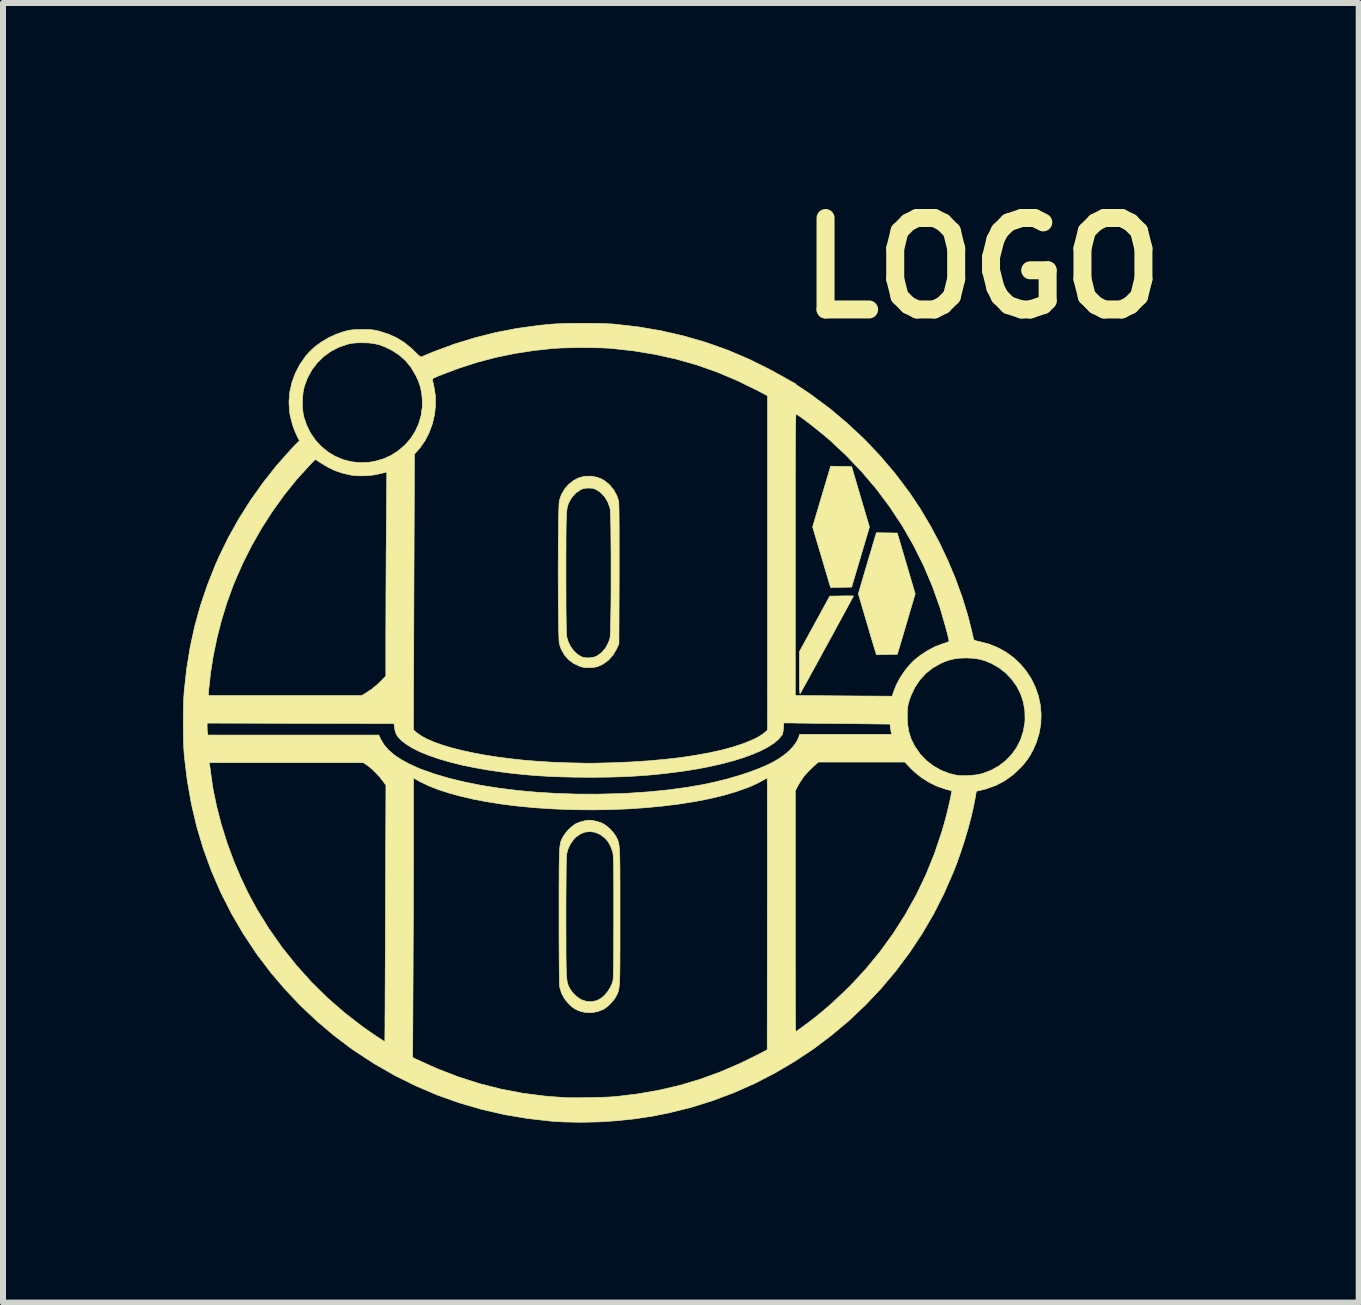
<source format=kicad_pcb>
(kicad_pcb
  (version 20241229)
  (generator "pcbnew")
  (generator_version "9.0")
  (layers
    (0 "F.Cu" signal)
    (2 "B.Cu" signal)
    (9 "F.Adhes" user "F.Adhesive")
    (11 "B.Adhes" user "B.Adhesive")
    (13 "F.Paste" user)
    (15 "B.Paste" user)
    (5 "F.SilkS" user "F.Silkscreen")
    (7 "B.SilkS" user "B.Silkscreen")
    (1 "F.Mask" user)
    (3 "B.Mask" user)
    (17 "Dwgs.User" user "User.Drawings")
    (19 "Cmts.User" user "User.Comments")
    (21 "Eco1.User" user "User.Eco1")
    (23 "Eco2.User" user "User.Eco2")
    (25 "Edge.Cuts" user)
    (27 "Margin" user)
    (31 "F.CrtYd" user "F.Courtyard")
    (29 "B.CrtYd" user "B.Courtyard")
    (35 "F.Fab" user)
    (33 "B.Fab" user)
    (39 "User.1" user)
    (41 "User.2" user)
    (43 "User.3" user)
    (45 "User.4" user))
  (footprint "LOGO"
    (layer "F.Cu")
    (at 6.971 9.038)
    (property "Reference" "LOGO" (at 6.35 -7.62 0) (layer "F.SilkS") (effects (font (size 1.524 1.524) (thickness 0.3))))
    (attr through_hole)
    (fp_poly (pts (xy 3.997 -4.315) (xy 4.172 -4.312) (xy 4.32 -3.809) (xy 4.469 -3.305) (xy 4.321 -2.804) (xy 4.172 -2.303) (xy 3.997 -2.3) (xy 3.822 -2.297) (xy 3.793 -2.392) (xy 3.783 -2.426) (xy 3.768 -2.478) (xy 3.747 -2.546) (xy 3.723 -2.627) (xy 3.697 -2.716) (xy 3.669 -2.811) (xy 3.643 -2.897) (xy 3.522 -3.306) (xy 3.643 -3.717) (xy 3.672 -3.815) (xy 3.701 -3.91) (xy 3.727 -3.998) (xy 3.751 -4.077) (xy 3.77 -4.144) (xy 3.786 -4.194) (xy 3.794 -4.223) (xy 3.823 -4.319) (xy 3.997 -4.315)) (stroke (width 0.01) (type solid)) (fill yes) (layer "F.SilkS"))
    (fp_poly (pts (xy 4.759 -3.207) (xy 4.933 -3.204) (xy 5.082 -2.698) (xy 5.231 -2.191) (xy 5.083 -1.687) (xy 4.934 -1.183) (xy 4.76 -1.18) (xy 4.586 -1.177) (xy 4.568 -1.232) (xy 4.561 -1.255) (xy 4.548 -1.298) (xy 4.53 -1.357) (xy 4.508 -1.43) (xy 4.483 -1.515) (xy 4.456 -1.608) (xy 4.427 -1.707) (xy 4.417 -1.74) (xy 4.284 -2.192) (xy 4.422 -2.663) (xy 4.452 -2.765) (xy 4.481 -2.861) (xy 4.507 -2.948) (xy 4.529 -3.025) (xy 4.548 -3.088) (xy 4.562 -3.136) (xy 4.571 -3.165) (xy 4.573 -3.172) (xy 4.586 -3.21) (xy 4.759 -3.207)) (stroke (width 0.01) (type solid)) (fill yes) (layer "F.SilkS"))
    (fp_poly (pts (xy 4.169 -2.157) (xy 4.195 -2.156) (xy 4.203 -2.155) (xy 4.197 -2.144) (xy 4.182 -2.115) (xy 4.157 -2.069) (xy 4.124 -2.008) (xy 4.085 -1.935) (xy 4.039 -1.851) (xy 3.988 -1.757) (xy 3.933 -1.657) (xy 3.876 -1.551) (xy 3.816 -1.441) (xy 3.755 -1.33) (xy 3.694 -1.219) (xy 3.635 -1.11) (xy 3.577 -1.004) (xy 3.522 -0.905) (xy 3.472 -0.813) (xy 3.427 -0.731) (xy 3.387 -0.66) (xy 3.355 -0.602) (xy 3.331 -0.559) (xy 3.317 -0.533) (xy 3.312 -0.526) (xy 3.31 -0.534) (xy 3.307 -0.563) (xy 3.305 -0.611) (xy 3.304 -0.676) (xy 3.303 -0.755) (xy 3.302 -0.847) (xy 3.302 -0.872) (xy 3.303 -1.23) (xy 3.808 -2.153) (xy 4.005 -2.156) (xy 4.07 -2.157) (xy 4.126 -2.157) (xy 4.169 -2.157)) (stroke (width 0.01) (type solid)) (fill yes) (layer "F.SilkS"))
    (fp_poly (pts (xy -0.088 -4.138) (xy -0.012 -4.113) (xy 0.055 -4.076) (xy 0.121 -4.023) (xy 0.146 -3.998) (xy 0.21 -3.919) (xy 0.259 -3.828) (xy 0.289 -3.735) (xy 0.291 -3.713) (xy 0.293 -3.668) (xy 0.295 -3.602) (xy 0.296 -3.514) (xy 0.297 -3.404) (xy 0.298 -3.271) (xy 0.298 -3.116) (xy 0.298 -2.938) (xy 0.298 -2.737) (xy 0.298 -2.517) (xy 0.294 -1.357) (xy 0.252 -1.267) (xy 0.193 -1.168) (xy 0.12 -1.087) (xy 0.034 -1.024) (xy 0.004 -1.008) (xy -0.042 -0.987) (xy -0.082 -0.974) (xy -0.124 -0.966) (xy -0.178 -0.962) (xy -0.181 -0.962) (xy -0.238 -0.961) (xy -0.282 -0.964) (xy -0.322 -0.972) (xy -0.36 -0.984) (xy -0.46 -1.031) (xy -0.546 -1.095) (xy -0.616 -1.176) (xy -0.669 -1.271) (xy -0.699 -1.359) (xy -0.702 -1.383) (xy -0.705 -1.428) (xy -0.707 -1.492) (xy -0.71 -1.573) (xy -0.712 -1.669) (xy -0.713 -1.779) (xy -0.715 -1.9) (xy -0.716 -2.03) (xy -0.717 -2.167) (xy -0.717 -2.31) (xy -0.718 -2.456) (xy -0.718 -2.538) (xy -0.589 -2.538) (xy -0.589 -2.334) (xy -0.588 -2.153) (xy -0.588 -1.995) (xy -0.587 -1.858) (xy -0.585 -1.742) (xy -0.584 -1.648) (xy -0.582 -1.574) (xy -0.58 -1.52) (xy -0.578 -1.486) (xy -0.576 -1.476) (xy -0.55 -1.389) (xy -0.509 -1.309) (xy -0.456 -1.238) (xy -0.396 -1.181) (xy -0.331 -1.143) (xy -0.321 -1.138) (xy -0.258 -1.125) (xy -0.188 -1.124) (xy -0.12 -1.136) (xy -0.067 -1.158) (xy 0.01 -1.216) (xy 0.073 -1.291) (xy 0.121 -1.381) (xy 0.144 -1.451) (xy 0.148 -1.475) (xy 0.15 -1.52) (xy 0.153 -1.583) (xy 0.155 -1.664) (xy 0.157 -1.759) (xy 0.159 -1.867) (xy 0.161 -1.985) (xy 0.162 -2.112) (xy 0.163 -2.246) (xy 0.163 -2.383) (xy 0.163 -2.523) (xy 0.163 -2.664) (xy 0.163 -2.802) (xy 0.162 -2.936) (xy 0.161 -3.064) (xy 0.16 -3.184) (xy 0.159 -3.294) (xy 0.157 -3.391) (xy 0.155 -3.475) (xy 0.152 -3.541) (xy 0.149 -3.589) (xy 0.146 -3.617) (xy 0.146 -3.619) (xy 0.108 -3.723) (xy 0.056 -3.809) (xy -0.011 -3.879) (xy -0.071 -3.92) (xy -0.111 -3.94) (xy -0.147 -3.95) (xy -0.19 -3.954) (xy -0.214 -3.954) (xy -0.263 -3.952) (xy -0.301 -3.945) (xy -0.338 -3.93) (xy -0.356 -3.92) (xy -0.433 -3.865) (xy -0.496 -3.791) (xy -0.525 -3.741) (xy -0.536 -3.72) (xy -0.545 -3.7) (xy -0.553 -3.68) (xy -0.56 -3.658) (xy -0.567 -3.632) (xy -0.572 -3.602) (xy -0.576 -3.565) (xy -0.579 -3.521) (xy -0.582 -3.467) (xy -0.584 -3.402) (xy -0.586 -3.324) (xy -0.587 -3.232) (xy -0.588 -3.125) (xy -0.588 -3) (xy -0.589 -2.857) (xy -0.589 -2.694) (xy -0.589 -2.538) (xy -0.718 -2.538) (xy -0.718 -2.603) (xy -0.717 -2.75) (xy -0.717 -2.894) (xy -0.716 -3.033) (xy -0.715 -3.166) (xy -0.714 -3.29) (xy -0.712 -3.404) (xy -0.71 -3.505) (xy -0.708 -3.591) (xy -0.705 -3.662) (xy -0.702 -3.713) (xy -0.699 -3.744) (xy -0.698 -3.749) (xy -0.664 -3.848) (xy -0.608 -3.941) (xy -0.545 -4.013) (xy -0.46 -4.081) (xy -0.369 -4.127) (xy -0.271 -4.151) (xy -0.169 -4.152) (xy -0.088 -4.138)) (stroke (width 0.01) (type solid)) (fill yes) (layer "F.SilkS"))
    (fp_poly (pts (xy -0.135 1.588) (xy -0.065 1.604) (xy 0.003 1.627) (xy 0.044 1.647) (xy 0.095 1.683) (xy 0.149 1.732) (xy 0.198 1.786) (xy 0.237 1.839) (xy 0.248 1.859) (xy 0.258 1.879) (xy 0.267 1.897) (xy 0.275 1.916) (xy 0.282 1.935) (xy 0.288 1.958) (xy 0.293 1.984) (xy 0.298 2.016) (xy 0.301 2.056) (xy 0.304 2.103) (xy 0.307 2.161) (xy 0.308 2.23) (xy 0.31 2.312) (xy 0.311 2.408) (xy 0.311 2.52) (xy 0.312 2.649) (xy 0.312 2.796) (xy 0.312 2.964) (xy 0.312 3.152) (xy 0.312 3.187) (xy 0.312 3.379) (xy 0.312 3.55) (xy 0.312 3.701) (xy 0.311 3.833) (xy 0.311 3.947) (xy 0.31 4.046) (xy 0.309 4.13) (xy 0.307 4.201) (xy 0.305 4.261) (xy 0.302 4.31) (xy 0.298 4.351) (xy 0.294 4.384) (xy 0.289 4.412) (xy 0.283 4.435) (xy 0.276 4.455) (xy 0.268 4.474) (xy 0.259 4.492) (xy 0.249 4.512) (xy 0.247 4.517) (xy 0.214 4.568) (xy 0.168 4.623) (xy 0.116 4.675) (xy 0.063 4.716) (xy 0.034 4.734) (xy -0.061 4.771) (xy -0.161 4.789) (xy -0.26 4.786) (xy -0.335 4.77) (xy -0.396 4.748) (xy -0.444 4.723) (xy -0.488 4.692) (xy -0.537 4.647) (xy -0.544 4.64) (xy -0.614 4.555) (xy -0.664 4.46) (xy -0.692 4.365) (xy -0.695 4.342) (xy -0.697 4.296) (xy -0.698 4.229) (xy -0.7 4.14) (xy -0.701 4.03) (xy -0.702 3.901) (xy -0.703 3.752) (xy -0.704 3.584) (xy -0.704 3.397) (xy -0.704 3.197) (xy -0.589 3.197) (xy -0.589 3.378) (xy -0.588 3.538) (xy -0.588 3.677) (xy -0.588 3.798) (xy -0.587 3.902) (xy -0.586 3.99) (xy -0.584 4.065) (xy -0.582 4.127) (xy -0.579 4.179) (xy -0.575 4.221) (xy -0.571 4.256) (xy -0.566 4.284) (xy -0.56 4.308) (xy -0.553 4.329) (xy -0.545 4.348) (xy -0.535 4.367) (xy -0.53 4.378) (xy -0.487 4.443) (xy -0.43 4.504) (xy -0.365 4.554) (xy -0.329 4.574) (xy -0.246 4.601) (xy -0.16 4.606) (xy -0.076 4.588) (xy -0.013 4.556) (xy 0.048 4.506) (xy 0.104 4.442) (xy 0.15 4.369) (xy 0.184 4.293) (xy 0.195 4.251) (xy 0.198 4.229) (xy 0.2 4.187) (xy 0.202 4.126) (xy 0.204 4.044) (xy 0.205 3.942) (xy 0.206 3.819) (xy 0.207 3.675) (xy 0.207 3.509) (xy 0.208 3.32) (xy 0.208 3.183) (xy 0.208 3.006) (xy 0.208 2.851) (xy 0.208 2.717) (xy 0.207 2.6) (xy 0.207 2.501) (xy 0.206 2.417) (xy 0.205 2.346) (xy 0.204 2.288) (xy 0.203 2.241) (xy 0.201 2.204) (xy 0.199 2.174) (xy 0.197 2.15) (xy 0.194 2.131) (xy 0.19 2.114) (xy 0.187 2.1) (xy 0.187 2.1) (xy 0.153 2.008) (xy 0.107 1.931) (xy 0.052 1.872) (xy -0.023 1.817) (xy -0.103 1.783) (xy -0.186 1.771) (xy -0.268 1.779) (xy -0.347 1.809) (xy -0.42 1.86) (xy -0.454 1.893) (xy -0.515 1.978) (xy -0.559 2.074) (xy -0.576 2.142) (xy -0.579 2.169) (xy -0.581 2.218) (xy -0.583 2.291) (xy -0.585 2.386) (xy -0.586 2.504) (xy -0.587 2.645) (xy -0.588 2.808) (xy -0.589 2.994) (xy -0.589 3.197) (xy -0.704 3.197) (xy -0.704 3.194) (xy -0.704 3.182) (xy -0.704 2.989) (xy -0.704 2.818) (xy -0.704 2.667) (xy -0.703 2.535) (xy -0.703 2.42) (xy -0.702 2.321) (xy -0.7 2.237) (xy -0.698 2.166) (xy -0.696 2.106) (xy -0.693 2.056) (xy -0.689 2.016) (xy -0.684 1.982) (xy -0.679 1.954) (xy -0.672 1.931) (xy -0.664 1.911) (xy -0.656 1.893) (xy -0.646 1.874) (xy -0.635 1.854) (xy -0.633 1.852) (xy -0.596 1.796) (xy -0.547 1.74) (xy -0.494 1.69) (xy -0.441 1.651) (xy -0.419 1.638) (xy -0.35 1.611) (xy -0.277 1.591) (xy -0.21 1.582) (xy -0.198 1.582) (xy -0.135 1.588)) (stroke (width 0.01) (type solid)) (fill yes) (layer "F.SilkS"))
    (fp_poly (pts (xy -0.179 -6.7) (xy -0.062 -6.698) (xy 0.046 -6.695) (xy 0.139 -6.691) (xy 0.208 -6.687) (xy 0.606 -6.642) (xy 0.995 -6.576) (xy 1.374 -6.489) (xy 1.744 -6.382) (xy 2.107 -6.253) (xy 2.461 -6.102) (xy 2.809 -5.93) (xy 3.028 -5.809) (xy 3.087 -5.775) (xy 3.139 -5.746) (xy 3.181 -5.723) (xy 3.21 -5.708) (xy 3.221 -5.703) (xy 3.232 -5.696) (xy 3.233 -5.694) (xy 3.242 -5.683) (xy 3.266 -5.665) (xy 3.299 -5.643) (xy 3.3 -5.642) (xy 3.334 -5.62) (xy 3.381 -5.589) (xy 3.437 -5.551) (xy 3.494 -5.512) (xy 3.51 -5.5) (xy 3.815 -5.273) (xy 4.107 -5.027) (xy 4.387 -4.764) (xy 4.652 -4.485) (xy 4.9 -4.192) (xy 5.13 -3.886) (xy 5.313 -3.614) (xy 5.479 -3.335) (xy 5.635 -3.044) (xy 5.777 -2.744) (xy 5.904 -2.44) (xy 6.015 -2.134) (xy 6.108 -1.831) (xy 6.171 -1.582) (xy 6.183 -1.528) (xy 6.194 -1.481) (xy 6.202 -1.447) (xy 6.206 -1.431) (xy 6.222 -1.417) (xy 6.261 -1.404) (xy 6.287 -1.399) (xy 6.45 -1.358) (xy 6.602 -1.298) (xy 6.742 -1.221) (xy 6.87 -1.128) (xy 6.983 -1.022) (xy 7.082 -0.904) (xy 7.166 -0.775) (xy 7.233 -0.637) (xy 7.284 -0.492) (xy 7.316 -0.342) (xy 7.33 -0.187) (xy 7.325 -0.031) (xy 7.299 0.126) (xy 7.252 0.282) (xy 7.197 0.407) (xy 7.146 0.502) (xy 7.092 0.583) (xy 7.029 0.661) (xy 6.985 0.709) (xy 6.858 0.827) (xy 6.723 0.924) (xy 6.577 1.001) (xy 6.421 1.057) (xy 6.354 1.075) (xy 6.25 1.099) (xy 6.236 1.187) (xy 6.204 1.354) (xy 6.162 1.535) (xy 6.111 1.727) (xy 6.053 1.924) (xy 5.988 2.121) (xy 5.919 2.315) (xy 5.867 2.448) (xy 5.712 2.802) (xy 5.538 3.145) (xy 5.345 3.475) (xy 5.134 3.793) (xy 4.906 4.097) (xy 4.662 4.387) (xy 4.402 4.662) (xy 4.127 4.922) (xy 3.838 5.165) (xy 3.536 5.393) (xy 3.221 5.602) (xy 2.895 5.794) (xy 2.558 5.968) (xy 2.21 6.122) (xy 1.854 6.256) (xy 1.488 6.37) (xy 1.115 6.462) (xy 0.869 6.511) (xy 0.575 6.556) (xy 0.272 6.589) (xy -0.033 6.609) (xy -0.336 6.616) (xy -0.629 6.61) (xy -0.826 6.598) (xy -1.219 6.554) (xy -1.607 6.489) (xy -1.988 6.402) (xy -2.363 6.293) (xy -2.729 6.163) (xy -3.086 6.011) (xy -3.435 5.839) (xy -3.774 5.645) (xy -3.942 5.536) (xy -3.144 5.536) (xy -3.087 5.564) (xy -2.738 5.722) (xy -2.385 5.858) (xy -2.029 5.972) (xy -1.67 6.063) (xy -1.309 6.132) (xy -0.948 6.178) (xy -0.831 6.188) (xy -0.766 6.193) (xy -0.704 6.197) (xy -0.65 6.201) (xy -0.613 6.204) (xy -0.606 6.205) (xy -0.567 6.206) (xy -0.509 6.207) (xy -0.435 6.207) (xy -0.35 6.207) (xy -0.259 6.205) (xy -0.164 6.204) (xy -0.07 6.201) (xy 0.019 6.199) (xy 0.1 6.196) (xy 0.168 6.192) (xy 0.219 6.189) (xy 0.225 6.189) (xy 0.595 6.145) (xy 0.953 6.083) (xy 1.302 6.002) (xy 1.644 5.9) (xy 1.983 5.777) (xy 2.319 5.632) (xy 2.592 5.498) (xy 2.765 5.408) (xy 2.768 3.143) (xy 2.768 2.916) (xy 2.769 2.695) (xy 2.769 2.482) (xy 2.769 2.277) (xy 2.769 2.082) (xy 2.769 1.897) (xy 2.768 1.724) (xy 2.768 1.564) (xy 2.768 1.418) (xy 2.768 1.287) (xy 2.767 1.172) (xy 2.767 1.094) (xy 3.233 1.094) (xy 3.233 3.098) (xy 3.233 3.312) (xy 3.233 3.519) (xy 3.233 3.718) (xy 3.233 3.909) (xy 3.234 4.09) (xy 3.234 4.26) (xy 3.234 4.418) (xy 3.235 4.563) (xy 3.235 4.693) (xy 3.236 4.807) (xy 3.236 4.904) (xy 3.237 4.984) (xy 3.238 5.044) (xy 3.238 5.084) (xy 3.239 5.102) (xy 3.239 5.103) (xy 3.251 5.097) (xy 3.277 5.08) (xy 3.313 5.055) (xy 3.346 5.032) (xy 3.454 4.952) (xy 3.572 4.861) (xy 3.693 4.761) (xy 3.812 4.659) (xy 3.872 4.606) (xy 4.147 4.344) (xy 4.404 4.067) (xy 4.643 3.776) (xy 4.864 3.472) (xy 5.065 3.156) (xy 5.248 2.829) (xy 5.41 2.491) (xy 5.551 2.143) (xy 5.672 1.786) (xy 5.708 1.663) (xy 5.73 1.583) (xy 5.753 1.495) (xy 5.776 1.403) (xy 5.797 1.314) (xy 5.815 1.233) (xy 5.829 1.165) (xy 5.835 1.131) (xy 5.842 1.091) (xy 5.742 1.065) (xy 5.603 1.018) (xy 5.465 0.952) (xy 5.333 0.868) (xy 5.212 0.77) (xy 5.142 0.701) (xy 5.059 0.612) (xy 3.619 0.612) (xy 3.54 0.681) (xy 3.447 0.771) (xy 3.371 0.859) (xy 3.308 0.953) (xy 3.268 1.024) (xy 3.233 1.094) (xy 2.767 1.094) (xy 2.767 1.074) (xy 2.767 0.995) (xy 2.766 0.935) (xy 2.765 0.896) (xy 2.765 0.878) (xy 2.765 0.877) (xy 2.753 0.883) (xy 2.725 0.898) (xy 2.688 0.919) (xy 2.669 0.93) (xy 2.623 0.955) (xy 2.562 0.984) (xy 2.496 1.014) (xy 2.436 1.039) (xy 2.245 1.106) (xy 2.034 1.168) (xy 1.804 1.223) (xy 1.558 1.271) (xy 1.297 1.312) (xy 1.023 1.346) (xy 0.738 1.373) (xy 0.444 1.393) (xy 0.142 1.405) (xy -0.164 1.409) (xy -0.474 1.406) (xy -0.786 1.394) (xy -1.098 1.374) (xy -1.178 1.367) (xy -1.433 1.342) (xy -1.679 1.31) (xy -1.914 1.273) (xy -2.138 1.23) (xy -2.347 1.181) (xy -2.541 1.128) (xy -2.717 1.071) (xy -2.875 1.009) (xy -3.012 0.944) (xy -3.068 0.913) (xy -3.129 0.877) (xy -3.129 1.683) (xy -3.129 1.801) (xy -3.129 1.939) (xy -3.129 2.095) (xy -3.13 2.266) (xy -3.13 2.451) (xy -3.131 2.647) (xy -3.132 2.85) (xy -3.132 3.06) (xy -3.133 3.272) (xy -3.134 3.486) (xy -3.135 3.697) (xy -3.136 3.905) (xy -3.136 4.013) (xy -3.144 5.536) (xy -3.942 5.536) (xy -4.102 5.432) (xy -4.174 5.382) (xy -4.461 5.164) (xy -4.74 4.928) (xy -5.008 4.675) (xy -5.262 4.408) (xy -5.5 4.13) (xy -5.718 3.844) (xy -5.751 3.798) (xy -5.969 3.47) (xy -6.166 3.132) (xy -6.342 2.785) (xy -6.496 2.43) (xy -6.629 2.066) (xy -6.741 1.693) (xy -6.831 1.311) (xy -6.9 0.92) (xy -6.936 0.623) (xy -6.535 0.623) (xy -6.53 0.649) (xy -6.526 0.672) (xy -6.52 0.711) (xy -6.514 0.759) (xy -6.511 0.785) (xy -6.47 1.066) (xy -6.41 1.356) (xy -6.333 1.651) (xy -6.241 1.947) (xy -6.134 2.24) (xy -6.014 2.526) (xy -5.883 2.802) (xy -5.741 3.064) (xy -5.741 3.065) (xy -5.539 3.39) (xy -5.32 3.702) (xy -5.083 3.998) (xy -4.83 4.28) (xy -4.561 4.545) (xy -4.276 4.793) (xy -3.977 5.024) (xy -3.796 5.15) (xy -3.738 5.189) (xy -3.688 5.222) (xy -3.647 5.248) (xy -3.619 5.266) (xy -3.607 5.273) (xy -3.607 5.273) (xy -3.607 5.261) (xy -3.607 5.228) (xy -3.606 5.173) (xy -3.606 5.099) (xy -3.605 5.007) (xy -3.605 4.897) (xy -3.604 4.77) (xy -3.603 4.629) (xy -3.603 4.474) (xy -3.602 4.306) (xy -3.601 4.126) (xy -3.6 3.935) (xy -3.599 3.735) (xy -3.599 3.527) (xy -3.598 3.312) (xy -3.597 3.134) (xy -3.589 0.998) (xy -3.644 0.923) (xy -3.693 0.861) (xy -3.752 0.797) (xy -3.814 0.737) (xy -3.873 0.686) (xy -3.907 0.661) (xy -3.964 0.623) (xy -6.535 0.623) (xy -6.936 0.623) (xy -6.948 0.519) (xy -6.952 0.473) (xy -6.957 0.4) (xy -6.961 0.308) (xy -6.964 0.202) (xy -6.965 0.087) (xy -6.966 -0.033) (xy -6.966 -0.037) (xy -6.569 -0.037) (xy -6.569 0.026) (xy -6.568 0.07) (xy -6.565 0.11) (xy -6.562 0.126) (xy -6.555 0.162) (xy -3.708 0.162) (xy -3.678 0.228) (xy -3.624 0.32) (xy -3.548 0.409) (xy -3.452 0.493) (xy -3.333 0.572) (xy -3.193 0.648) (xy -3.03 0.721) (xy -2.996 0.734) (xy -2.774 0.813) (xy -2.531 0.884) (xy -2.27 0.947) (xy -1.993 1.002) (xy -1.7 1.048) (xy -1.394 1.086) (xy -1.076 1.115) (xy -0.748 1.135) (xy -0.412 1.146) (xy -0.069 1.147) (xy 0.279 1.139) (xy 0.462 1.131) (xy 0.797 1.108) (xy 1.117 1.076) (xy 1.421 1.035) (xy 1.703 0.986) (xy 1.894 0.945) (xy 2.081 0.899) (xy 2.262 0.847) (xy 2.432 0.793) (xy 2.59 0.735) (xy 2.733 0.676) (xy 2.858 0.616) (xy 2.96 0.557) (xy 3.058 0.487) (xy 3.143 0.413) (xy 3.212 0.336) (xy 3.263 0.26) (xy 3.287 0.207) (xy 3.307 0.15) (xy 4.84 0.15) (xy 4.834 0.124) (xy 4.828 0.097) (xy 4.822 0.059) (xy 4.82 0.039) (xy 4.812 -0.02) (xy 4.071 -0.029) (xy 3.938 -0.03) (xy 3.807 -0.031) (xy 3.683 -0.033) (xy 3.566 -0.034) (xy 3.46 -0.035) (xy 3.366 -0.036) (xy 3.289 -0.037) (xy 3.229 -0.038) (xy 3.189 -0.039) (xy 3.187 -0.039) (xy 3.042 -0.04) (xy 3.036 0.047) (xy 3.029 0.107) (xy 3.018 0.151) (xy 3.01 0.165) (xy 2.955 0.231) (xy 2.878 0.297) (xy 2.78 0.36) (xy 2.662 0.422) (xy 2.526 0.481) (xy 2.373 0.537) (xy 2.203 0.59) (xy 2.019 0.639) (xy 1.821 0.684) (xy 1.61 0.725) (xy 1.388 0.761) (xy 1.253 0.779) (xy 1.051 0.804) (xy 0.859 0.824) (xy 0.67 0.839) (xy 0.479 0.851) (xy 0.283 0.859) (xy 0.075 0.864) (xy -0.15 0.866) (xy -0.2 0.866) (xy -0.44 0.864) (xy -0.662 0.859) (xy -0.87 0.851) (xy -1.07 0.839) (xy -1.266 0.823) (xy -1.464 0.803) (xy -1.663 0.778) (xy -1.901 0.743) (xy -2.127 0.703) (xy -2.339 0.659) (xy -2.536 0.609) (xy -2.717 0.556) (xy -2.881 0.499) (xy -3.027 0.439) (xy -3.153 0.376) (xy -3.258 0.31) (xy -3.331 0.252) (xy -3.382 0.2) (xy -3.416 0.15) (xy -3.436 0.095) (xy -3.439 0.077) (xy -3.131 0.077) (xy -3.082 0.119) (xy -3.005 0.174) (xy -2.907 0.228) (xy -2.788 0.279) (xy -2.651 0.328) (xy -2.496 0.375) (xy -2.326 0.418) (xy -2.142 0.458) (xy -1.945 0.495) (xy -1.736 0.528) (xy -1.518 0.556) (xy -1.291 0.581) (xy -1.057 0.6) (xy -0.818 0.615) (xy -0.576 0.624) (xy -0.456 0.627) (xy -0.39 0.628) (xy -0.328 0.63) (xy -0.276 0.631) (xy -0.239 0.632) (xy -0.231 0.632) (xy -0.207 0.632) (xy -0.162 0.632) (xy -0.102 0.631) (xy -0.028 0.629) (xy 0.056 0.627) (xy 0.146 0.625) (xy 0.185 0.624) (xy 0.49 0.611) (xy 0.782 0.592) (xy 1.06 0.567) (xy 1.323 0.537) (xy 1.57 0.5) (xy 1.8 0.458) (xy 2.012 0.411) (xy 2.205 0.358) (xy 2.377 0.301) (xy 2.528 0.238) (xy 2.559 0.224) (xy 2.612 0.196) (xy 2.663 0.165) (xy 2.704 0.137) (xy 2.718 0.126) (xy 2.771 0.079) (xy 2.771 -0.15) (xy 5.099 -0.15) (xy 5.105 -0.016) (xy 5.125 0.105) (xy 5.16 0.218) (xy 5.213 0.328) (xy 5.23 0.358) (xy 5.315 0.479) (xy 5.417 0.586) (xy 5.534 0.677) (xy 5.663 0.75) (xy 5.802 0.804) (xy 5.916 0.831) (xy 5.984 0.838) (xy 6.067 0.84) (xy 6.157 0.835) (xy 6.244 0.826) (xy 6.323 0.811) (xy 6.354 0.803) (xy 6.496 0.75) (xy 6.625 0.678) (xy 6.74 0.59) (xy 6.84 0.486) (xy 6.923 0.369) (xy 6.988 0.24) (xy 7.033 0.101) (xy 7.059 -0.047) (xy 7.062 -0.092) (xy 7.059 -0.242) (xy 7.034 -0.386) (xy 6.989 -0.523) (xy 6.924 -0.651) (xy 6.84 -0.768) (xy 6.74 -0.873) (xy 6.624 -0.963) (xy 6.499 -1.033) (xy 6.404 -1.073) (xy 6.313 -1.1) (xy 6.218 -1.116) (xy 6.111 -1.122) (xy 6.079 -1.123) (xy 5.967 -1.119) (xy 5.87 -1.105) (xy 5.778 -1.082) (xy 5.685 -1.045) (xy 5.658 -1.033) (xy 5.526 -0.958) (xy 5.41 -0.867) (xy 5.311 -0.759) (xy 5.228 -0.636) (xy 5.162 -0.498) (xy 5.13 -0.408) (xy 5.117 -0.36) (xy 5.108 -0.318) (xy 5.103 -0.274) (xy 5.1 -0.221) (xy 5.099 -0.152) (xy 5.099 -0.15) (xy 2.771 -0.15) (xy 2.771 -2.847) (xy 3.233 -2.847) (xy 3.233 -0.497) (xy 3.605 -0.494) (xy 3.711 -0.493) (xy 3.834 -0.492) (xy 3.967 -0.491) (xy 4.104 -0.49) (xy 4.239 -0.489) (xy 4.364 -0.488) (xy 4.412 -0.488) (xy 4.847 -0.485) (xy 4.877 -0.575) (xy 4.92 -0.68) (xy 4.979 -0.79) (xy 5.05 -0.897) (xy 5.129 -0.997) (xy 5.211 -1.081) (xy 5.211 -1.081) (xy 5.322 -1.17) (xy 5.444 -1.249) (xy 5.57 -1.314) (xy 5.696 -1.361) (xy 5.722 -1.369) (xy 5.763 -1.382) (xy 5.789 -1.395) (xy 5.796 -1.404) (xy 5.793 -1.42) (xy 5.785 -1.454) (xy 5.774 -1.503) (xy 5.759 -1.561) (xy 5.749 -1.602) (xy 5.644 -1.965) (xy 5.517 -2.32) (xy 5.37 -2.666) (xy 5.202 -3.002) (xy 5.015 -3.327) (xy 4.808 -3.64) (xy 4.583 -3.941) (xy 4.339 -4.228) (xy 4.078 -4.501) (xy 3.816 -4.746) (xy 3.744 -4.807) (xy 3.666 -4.872) (xy 3.586 -4.937) (xy 3.506 -5.001) (xy 3.429 -5.06) (xy 3.36 -5.112) (xy 3.3 -5.154) (xy 3.254 -5.184) (xy 3.247 -5.188) (xy 3.245 -5.185) (xy 3.244 -5.174) (xy 3.242 -5.153) (xy 3.241 -5.121) (xy 3.24 -5.079) (xy 3.239 -5.025) (xy 3.238 -4.958) (xy 3.237 -4.877) (xy 3.236 -4.783) (xy 3.235 -4.673) (xy 3.235 -4.548) (xy 3.234 -4.406) (xy 3.234 -4.246) (xy 3.233 -4.069) (xy 3.233 -3.872) (xy 3.233 -3.655) (xy 3.233 -3.418) (xy 3.233 -3.16) (xy 3.233 -2.879) (xy 3.233 -2.847) (xy 2.771 -2.847) (xy 2.771 -5.492) (xy 2.595 -5.585) (xy 2.267 -5.745) (xy 1.936 -5.885) (xy 1.599 -6.004) (xy 1.255 -6.102) (xy 0.902 -6.181) (xy 0.539 -6.241) (xy 0.167 -6.282) (xy 0.09 -6.287) (xy -0.005 -6.291) (xy -0.114 -6.293) (xy -0.23 -6.295) (xy -0.351 -6.295) (xy -0.469 -6.294) (xy -0.582 -6.291) (xy -0.682 -6.288) (xy -0.767 -6.283) (xy -0.791 -6.282) (xy -1.127 -6.246) (xy -1.449 -6.196) (xy -1.761 -6.131) (xy -2.068 -6.05) (xy -2.374 -5.951) (xy -2.625 -5.857) (xy -2.694 -5.83) (xy -2.744 -5.809) (xy -2.778 -5.794) (xy -2.8 -5.782) (xy -2.811 -5.773) (xy -2.814 -5.763) (xy -2.813 -5.753) (xy -2.813 -5.751) (xy -2.807 -5.724) (xy -2.798 -5.684) (xy -2.788 -5.64) (xy -2.765 -5.49) (xy -2.762 -5.335) (xy -2.779 -5.18) (xy -2.814 -5.028) (xy -2.867 -4.883) (xy -2.936 -4.746) (xy -3.022 -4.623) (xy -3.066 -4.572) (xy -3.114 -4.52) (xy -3.123 -2.222) (xy -3.131 0.077) (xy -3.439 0.077) (xy -3.446 0.04) (xy -3.454 -0.029) (xy -5.012 -0.033) (xy -6.569 -0.037) (xy -6.966 -0.037) (xy -6.965 -0.154) (xy -6.964 -0.27) (xy -6.961 -0.378) (xy -6.958 -0.473) (xy -6.956 -0.496) (xy -6.549 -0.496) (xy -3.993 -0.496) (xy -3.939 -0.528) (xy -3.824 -0.603) (xy -3.716 -0.695) (xy -3.674 -0.736) (xy -3.591 -0.821) (xy -3.591 -1.458) (xy -3.591 -1.571) (xy -3.59 -1.703) (xy -3.59 -1.852) (xy -3.589 -2.014) (xy -3.589 -2.187) (xy -3.588 -2.367) (xy -3.587 -2.55) (xy -3.586 -2.735) (xy -3.585 -2.917) (xy -3.583 -3.094) (xy -3.583 -3.159) (xy -3.575 -4.222) (xy -3.684 -4.194) (xy -3.793 -4.172) (xy -3.911 -4.16) (xy -4.03 -4.158) (xy -4.141 -4.166) (xy -4.185 -4.173) (xy -4.318 -4.204) (xy -4.437 -4.245) (xy -4.552 -4.299) (xy -4.67 -4.37) (xy -4.672 -4.371) (xy -4.766 -4.433) (xy -4.858 -4.338) (xy -5.072 -4.103) (xy -5.277 -3.849) (xy -5.472 -3.579) (xy -5.655 -3.296) (xy -5.823 -3.002) (xy -5.975 -2.701) (xy -6.109 -2.395) (xy -6.139 -2.321) (xy -6.241 -2.04) (xy -6.33 -1.749) (xy -6.406 -1.453) (xy -6.467 -1.157) (xy -6.513 -0.867) (xy -6.542 -0.597) (xy -6.549 -0.496) (xy -6.956 -0.496) (xy -6.953 -0.549) (xy -6.952 -0.56) (xy -6.911 -0.937) (xy -6.852 -1.301) (xy -6.775 -1.654) (xy -6.679 -2) (xy -6.563 -2.342) (xy -6.428 -2.681) (xy -6.373 -2.805) (xy -6.218 -3.124) (xy -6.042 -3.438) (xy -5.849 -3.744) (xy -5.64 -4.039) (xy -5.418 -4.321) (xy -5.184 -4.585) (xy -5.122 -4.65) (xy -5.03 -4.745) (xy -5.066 -4.812) (xy -5.101 -4.888) (xy -5.135 -4.978) (xy -5.163 -5.075) (xy -5.186 -5.169) (xy -5.196 -5.234) (xy -5.203 -5.355) (xy -4.982 -5.355) (xy -4.977 -5.259) (xy -4.965 -5.174) (xy -4.96 -5.149) (xy -4.912 -5.004) (xy -4.846 -4.871) (xy -4.764 -4.752) (xy -4.667 -4.647) (xy -4.557 -4.557) (xy -4.436 -4.484) (xy -4.306 -4.429) (xy -4.169 -4.393) (xy -4.026 -4.377) (xy -3.879 -4.382) (xy -3.781 -4.398) (xy -3.636 -4.439) (xy -3.502 -4.499) (xy -3.381 -4.577) (xy -3.273 -4.67) (xy -3.179 -4.777) (xy -3.102 -4.896) (xy -3.043 -5.026) (xy -3.003 -5.164) (xy -2.983 -5.309) (xy -2.983 -5.426) (xy -2.994 -5.542) (xy -3.017 -5.648) (xy -3.055 -5.753) (xy -3.094 -5.836) (xy -3.17 -5.965) (xy -3.261 -6.076) (xy -3.368 -6.171) (xy -3.491 -6.251) (xy -3.527 -6.269) (xy -3.62 -6.313) (xy -3.704 -6.343) (xy -3.788 -6.362) (xy -3.878 -6.373) (xy -3.982 -6.376) (xy -3.983 -6.376) (xy -4.06 -6.375) (xy -4.121 -6.371) (xy -4.173 -6.364) (xy -4.223 -6.353) (xy -4.231 -6.351) (xy -4.375 -6.301) (xy -4.508 -6.232) (xy -4.628 -6.145) (xy -4.733 -6.042) (xy -4.823 -5.924) (xy -4.895 -5.793) (xy -4.949 -5.649) (xy -4.954 -5.628) (xy -4.97 -5.548) (xy -4.979 -5.454) (xy -4.982 -5.355) (xy -5.203 -5.355) (xy -5.205 -5.396) (xy -5.191 -5.558) (xy -5.155 -5.716) (xy -5.099 -5.869) (xy -5.022 -6.016) (xy -4.926 -6.153) (xy -4.871 -6.216) (xy -4.778 -6.305) (xy -4.666 -6.387) (xy -4.543 -6.46) (xy -4.412 -6.52) (xy -4.28 -6.565) (xy -4.276 -6.566) (xy -4.227 -6.578) (xy -4.185 -6.586) (xy -4.141 -6.592) (xy -4.091 -6.595) (xy -4.028 -6.596) (xy -3.983 -6.596) (xy -3.909 -6.596) (xy -3.852 -6.594) (xy -3.806 -6.59) (xy -3.764 -6.583) (xy -3.719 -6.573) (xy -3.693 -6.566) (xy -3.542 -6.518) (xy -3.407 -6.456) (xy -3.282 -6.378) (xy -3.164 -6.282) (xy -3.119 -6.238) (xy -3.075 -6.195) (xy -3.044 -6.166) (xy -3.023 -6.149) (xy -3.007 -6.141) (xy -2.995 -6.141) (xy -2.982 -6.146) (xy -2.979 -6.148) (xy -2.957 -6.158) (xy -2.918 -6.174) (xy -2.868 -6.195) (xy -2.812 -6.218) (xy -2.799 -6.224) (xy -2.453 -6.352) (xy -2.106 -6.459) (xy -1.756 -6.547) (xy -1.398 -6.616) (xy -1.03 -6.666) (xy -0.826 -6.686) (xy -0.748 -6.691) (xy -0.652 -6.695) (xy -0.543 -6.698) (xy -0.424 -6.7) (xy -0.302 -6.7) (xy -0.179 -6.7)) (stroke (width 0.01) (type solid)) (fill yes) (layer "F.SilkS")))
  (gr_rect
    (start -3 -3)
    (end 19.594 18.659)
    (stroke (width 0.1) (type default))
    (fill no)
    (layer "Edge.Cuts")))
</source>
